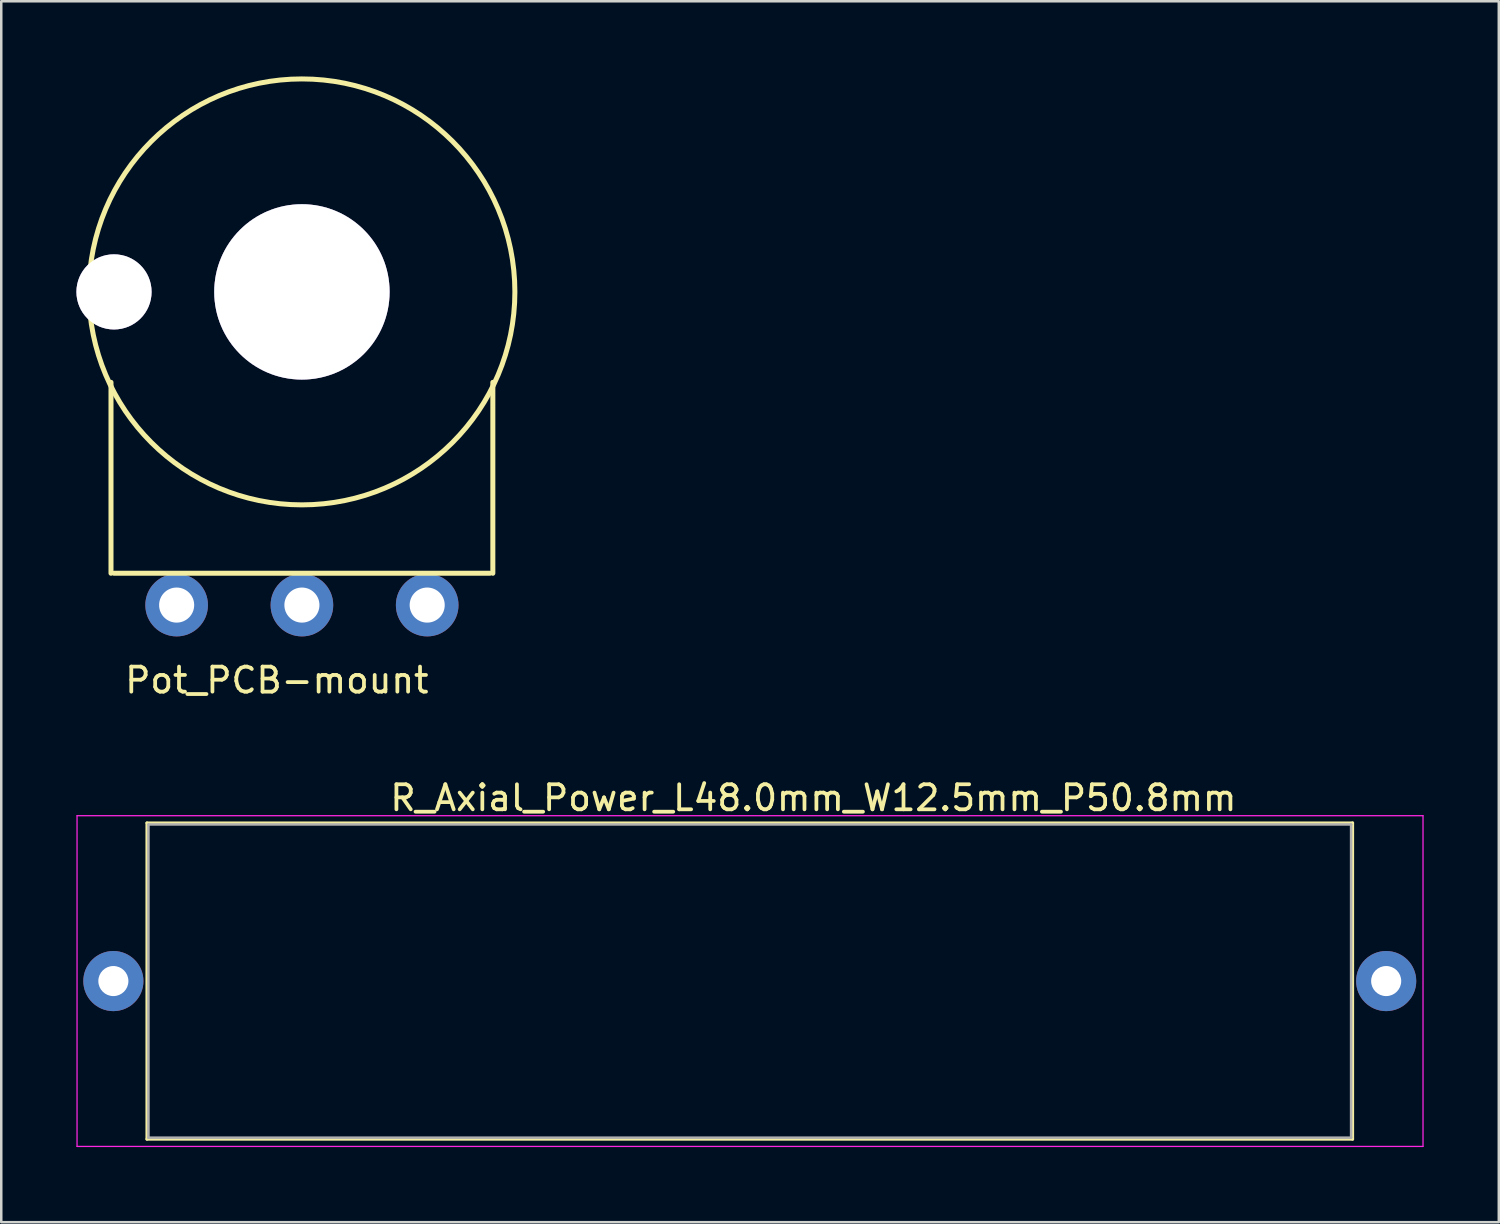
<source format=kicad_pcb>
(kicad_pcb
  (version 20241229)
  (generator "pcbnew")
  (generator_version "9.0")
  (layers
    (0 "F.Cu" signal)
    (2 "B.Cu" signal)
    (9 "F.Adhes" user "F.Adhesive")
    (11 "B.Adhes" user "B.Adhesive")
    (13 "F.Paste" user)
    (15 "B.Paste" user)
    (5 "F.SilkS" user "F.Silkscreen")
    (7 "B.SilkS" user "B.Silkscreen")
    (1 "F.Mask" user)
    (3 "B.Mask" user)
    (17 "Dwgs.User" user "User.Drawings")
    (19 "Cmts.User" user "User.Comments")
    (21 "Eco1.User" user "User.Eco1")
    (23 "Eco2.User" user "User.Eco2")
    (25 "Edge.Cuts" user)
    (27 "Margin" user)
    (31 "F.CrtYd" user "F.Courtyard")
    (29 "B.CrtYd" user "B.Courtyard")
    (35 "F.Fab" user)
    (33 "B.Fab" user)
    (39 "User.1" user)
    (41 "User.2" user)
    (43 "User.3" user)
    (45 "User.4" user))
  (footprint "R_Axial_Power_L48.0mm_W12.5mm_P50.8mm"
    (layer "F.Cu")
    (at 1.475 36.106)
    (property "Reference" "R_Axial_Power_L48.0mm_W12.5mm_P50.8mm" (at 27.94 -7.31 0) (layer "F.SilkS") (effects (font (size 1 1) (thickness 0.15))))
    (attr through_hole)
    (fp_line (start 1.34 -6.31) (end 1.34 6.31) (stroke (width 0.12) (type solid)) (layer "F.SilkS"))
    (fp_line (start 1.34 6.31) (end 49.46 6.31) (stroke (width 0.12) (type solid)) (layer "F.SilkS"))
    (fp_line (start 49.46 -6.31) (end 1.34 -6.31) (stroke (width 0.12) (type solid)) (layer "F.SilkS"))
    (fp_line (start 49.46 6.31) (end 49.46 -6.31) (stroke (width 0.12) (type solid)) (layer "F.SilkS"))
    (fp_line (start -1.45 -6.6) (end -1.45 6.6) (stroke (width 0.05) (type solid)) (layer "F.CrtYd"))
    (fp_line (start -1.45 6.6) (end 52.27 6.6) (stroke (width 0.05) (type solid)) (layer "F.CrtYd"))
    (fp_line (start 52.27 -6.6) (end -1.45 -6.6) (stroke (width 0.05) (type solid)) (layer "F.CrtYd"))
    (fp_line (start 52.27 6.6) (end 52.27 -6.6) (stroke (width 0.05) (type solid)) (layer "F.CrtYd"))
    (fp_line (start 1.4 -6.25) (end 1.4 6.25) (stroke (width 0.1) (type solid)) (layer "F.Fab"))
    (fp_line (start 1.4 6.25) (end 49.4 6.25) (stroke (width 0.1) (type solid)) (layer "F.Fab"))
    (fp_line (start 49.4 -6.25) (end 1.4 -6.25) (stroke (width 0.1) (type solid)) (layer "F.Fab"))
    (fp_line (start 49.4 6.25) (end 49.4 -6.25) (stroke (width 0.1) (type solid)) (layer "F.Fab"))
    (pad "1" thru_hole circle (at 0 0) (size 2.4 2.4) (drill 1.2) (layers "*.Cu" "*.Mask"))
    (pad "2" thru_hole oval (at 50.8 0) (size 2.4 2.4) (drill 1.2) (layers "*.Cu" "*.Mask")))
  (footprint "Pot_PCB-mount"
    (layer "F.Cu")
    (at 9 21.1)
    (property "Reference" "Pot_PCB-mount" (at -1 3 0) (layer "F.SilkS") (effects (font (size 1 1) (thickness 0.15))))
    (attr through_hole)
    (fp_line (start -7.62 -1.27) (end -7.62 -8.89) (stroke (width 0.2) (type solid)) (layer "F.SilkS"))
    (fp_line (start -7.5 -1.27) (end 7.5 -1.27) (stroke (width 0.2) (type solid)) (layer "F.SilkS"))
    (fp_line (start 7.62 -1.27) (end 7.62 -8.89) (stroke (width 0.2) (type solid)) (layer "F.SilkS"))
    (fp_circle (center 0 -12.5) (end 8.5 -12.5) (stroke (width 0.2) (type solid)) (fill no) (layer "F.SilkS"))
    (pad "" thru_hole circle (at -7.5 -12.5) (size 3 3) (drill 3) (layers "*.Cu" "*.Mask"))
    (pad "" thru_hole circle (at 0 -12.5) (size 7 7) (drill 7) (layers "*.Cu" "*.Mask"))
    (pad "1" thru_hole circle (at -5 0) (size 2.5 2.5) (drill 1.4) (layers "*.Cu" "*.Mask"))
    (pad "2" thru_hole circle (at 0 0) (size 2.5 2.5) (drill 1.4) (layers "*.Cu" "*.Mask"))
    (pad "3" thru_hole circle (at 5 0) (size 2.5 2.5) (drill 1.4) (layers "*.Cu" "*.Mask")))
  (gr_rect
    (start -3 -3)
    (end 56.77 45.731)
    (stroke (width 0.1) (type default))
    (fill no)
    (layer "Edge.Cuts")))
</source>
